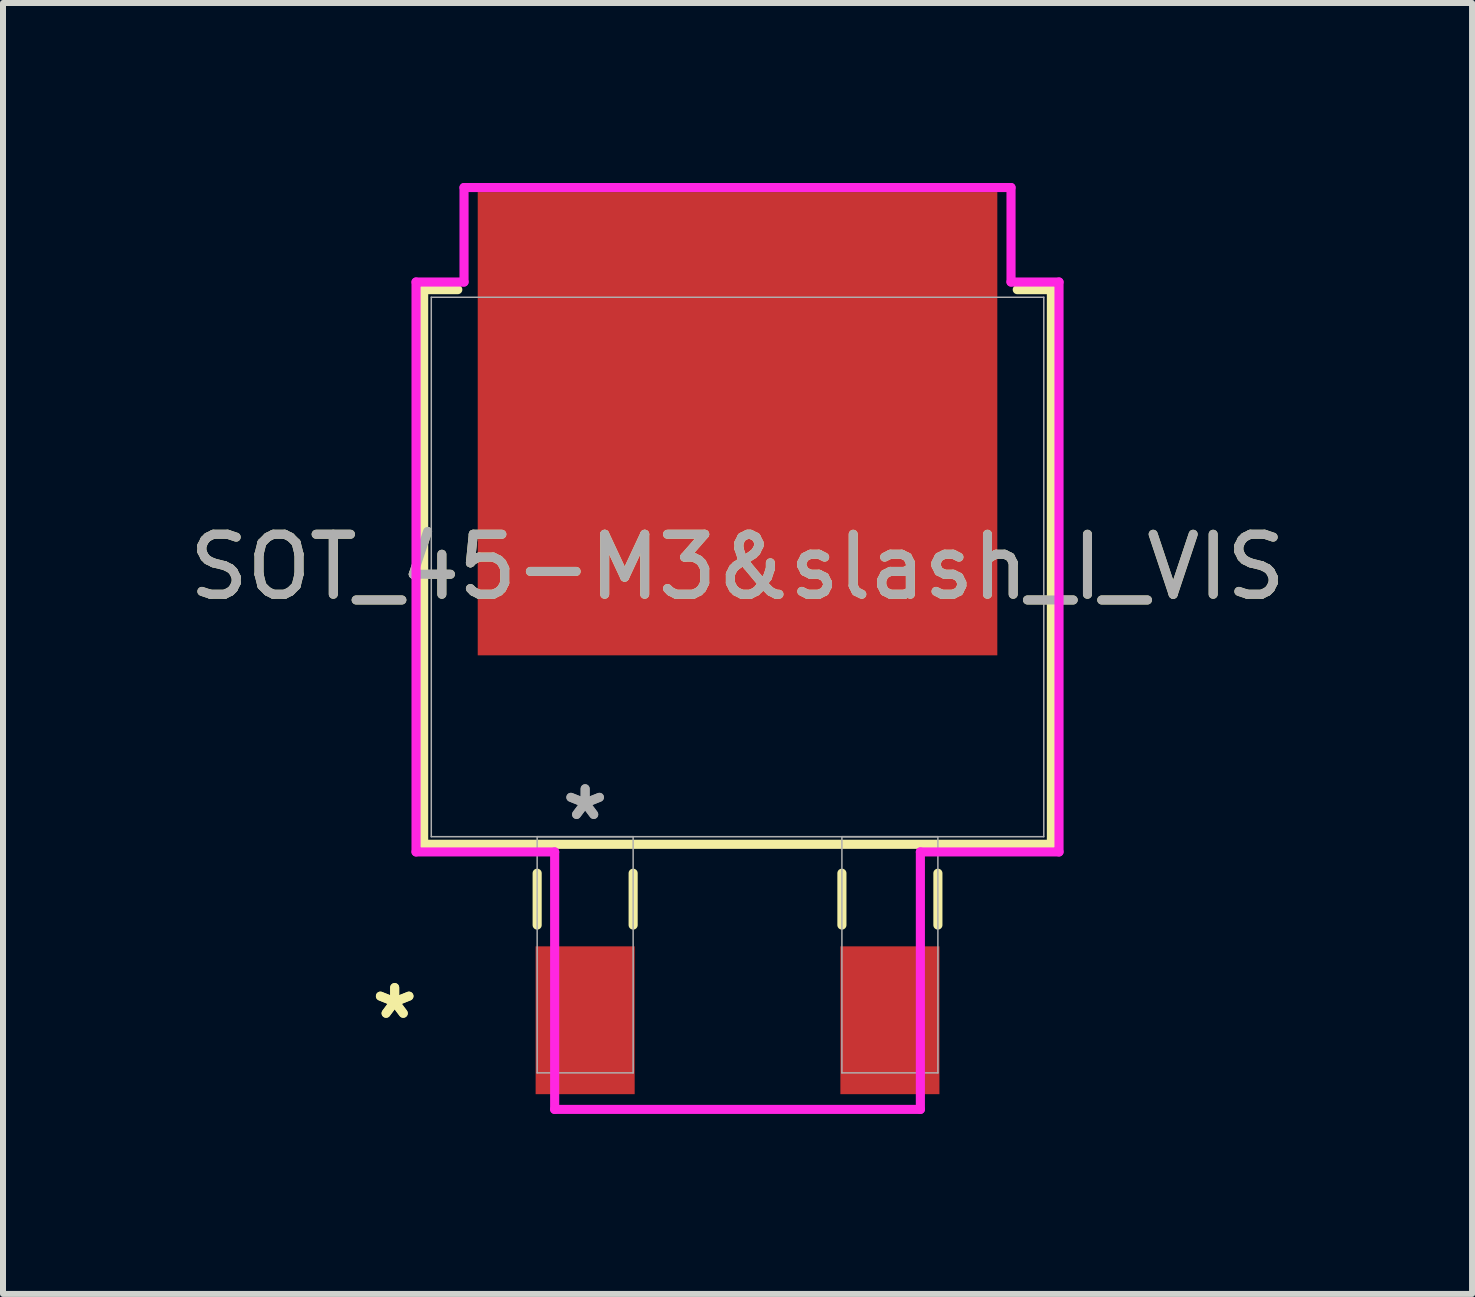
<source format=kicad_pcb>
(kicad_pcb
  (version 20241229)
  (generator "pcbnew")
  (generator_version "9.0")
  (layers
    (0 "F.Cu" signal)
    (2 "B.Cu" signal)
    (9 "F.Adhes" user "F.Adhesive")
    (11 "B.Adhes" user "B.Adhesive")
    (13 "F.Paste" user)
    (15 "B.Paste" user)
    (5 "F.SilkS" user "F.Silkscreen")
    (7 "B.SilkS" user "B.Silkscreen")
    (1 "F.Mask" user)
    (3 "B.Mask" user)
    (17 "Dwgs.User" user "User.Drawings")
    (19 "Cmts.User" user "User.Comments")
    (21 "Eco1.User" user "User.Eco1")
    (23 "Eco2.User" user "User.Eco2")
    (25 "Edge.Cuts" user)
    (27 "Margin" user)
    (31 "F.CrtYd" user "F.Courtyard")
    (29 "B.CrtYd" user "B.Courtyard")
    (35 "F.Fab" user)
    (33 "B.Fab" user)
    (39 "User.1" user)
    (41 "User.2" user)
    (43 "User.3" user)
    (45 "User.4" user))
  (footprint "SOT_45-M3&slash_I_VIS"
    (layer "F.Cu")
    (at 9.244 6.401)
    (property "Reference" "SOT_45-M3&slash_I_VIS" (at 0 0 0) (unlocked yes) (layer "F.SilkS") (effects (font (size 1 1) (thickness 0.15))))
    (attr smd)
    (fp_line (start -5.232 -4.623) (end -5.232 4.623) (stroke (width 0.152) (type solid)) (layer "F.SilkS"))
    (fp_line (start -5.232 4.623) (end 5.232 4.623) (stroke (width 0.152) (type solid)) (layer "F.SilkS"))
    (fp_line (start -4.663 -4.623) (end -5.232 -4.623) (stroke (width 0.152) (type solid)) (layer "F.SilkS"))
    (fp_line (start -3.34 5.105) (end -3.34 5.969) (stroke (width 0.152) (type solid)) (layer "F.SilkS"))
    (fp_line (start -1.74 5.105) (end -1.74 5.969) (stroke (width 0.152) (type solid)) (layer "F.SilkS"))
    (fp_line (start 1.74 5.105) (end 1.74 5.969) (stroke (width 0.152) (type solid)) (layer "F.SilkS"))
    (fp_line (start 3.34 5.105) (end 3.34 5.969) (stroke (width 0.152) (type solid)) (layer "F.SilkS"))
    (fp_line (start 5.232 -4.623) (end 4.663 -4.623) (stroke (width 0.152) (type solid)) (layer "F.SilkS"))
    (fp_line (start 5.232 4.623) (end 5.232 -4.623) (stroke (width 0.152) (type solid)) (layer "F.SilkS"))
    (fp_line (start -5.359 -4.75) (end -4.559 -4.75) (stroke (width 0.152) (type solid)) (layer "F.CrtYd"))
    (fp_line (start -5.359 4.75) (end -5.359 -4.75) (stroke (width 0.152) (type solid)) (layer "F.CrtYd"))
    (fp_line (start -4.559 -6.325) (end 4.559 -6.325) (stroke (width 0.152) (type solid)) (layer "F.CrtYd"))
    (fp_line (start -4.559 -4.75) (end -4.559 -6.325) (stroke (width 0.152) (type solid)) (layer "F.CrtYd"))
    (fp_line (start -3.048 4.75) (end -5.359 4.75) (stroke (width 0.152) (type solid)) (layer "F.CrtYd"))
    (fp_line (start -3.048 9.042) (end -3.048 4.75) (stroke (width 0.152) (type solid)) (layer "F.CrtYd"))
    (fp_line (start 3.048 4.75) (end 3.048 9.042) (stroke (width 0.152) (type solid)) (layer "F.CrtYd"))
    (fp_line (start 3.048 9.042) (end -3.048 9.042) (stroke (width 0.152) (type solid)) (layer "F.CrtYd"))
    (fp_line (start 4.559 -6.325) (end 4.559 -4.75) (stroke (width 0.152) (type solid)) (layer "F.CrtYd"))
    (fp_line (start 4.559 -4.75) (end 5.359 -4.75) (stroke (width 0.152) (type solid)) (layer "F.CrtYd"))
    (fp_line (start 5.359 -4.75) (end 5.359 4.75) (stroke (width 0.152) (type solid)) (layer "F.CrtYd"))
    (fp_line (start 5.359 4.75) (end 3.048 4.75) (stroke (width 0.152) (type solid)) (layer "F.CrtYd"))
    (fp_line (start -5.105 -4.496) (end -5.105 4.496) (stroke (width 0.025) (type solid)) (layer "F.Fab"))
    (fp_line (start -5.105 4.496) (end 5.105 4.496) (stroke (width 0.025) (type solid)) (layer "F.Fab"))
    (fp_line (start -3.34 4.496) (end -3.34 8.433) (stroke (width 0.025) (type solid)) (layer "F.Fab"))
    (fp_line (start -3.34 8.433) (end -1.74 8.433) (stroke (width 0.025) (type solid)) (layer "F.Fab"))
    (fp_line (start -1.74 4.496) (end -3.34 4.496) (stroke (width 0.025) (type solid)) (layer "F.Fab"))
    (fp_line (start -1.74 8.433) (end -1.74 4.496) (stroke (width 0.025) (type solid)) (layer "F.Fab"))
    (fp_line (start 1.74 4.496) (end 1.74 8.433) (stroke (width 0.025) (type solid)) (layer "F.Fab"))
    (fp_line (start 1.74 8.433) (end 3.34 8.433) (stroke (width 0.025) (type solid)) (layer "F.Fab"))
    (fp_line (start 3.34 4.496) (end 1.74 4.496) (stroke (width 0.025) (type solid)) (layer "F.Fab"))
    (fp_line (start 3.34 8.433) (end 3.34 4.496) (stroke (width 0.025) (type solid)) (layer "F.Fab"))
    (fp_line (start 5.105 -4.496) (end -5.105 -4.496) (stroke (width 0.025) (type solid)) (layer "F.Fab"))
    (fp_line (start 5.105 4.496) (end 5.105 -4.496) (stroke (width 0.025) (type solid)) (layer "F.Fab"))
    (fp_text user "*" (at -5.715 7.556 0) (layer "F.SilkS") (effects (font (size 1 1) (thickness 0.15))))
    (fp_text user "*" (at -5.715 7.556 0) (unlocked yes) (layer "F.SilkS") (effects (font (size 1 1) (thickness 0.15))))
    (fp_text user "${REFERENCE}" (at 0 0 0) (unlocked yes) (layer "F.Fab") (effects (font (size 1 1) (thickness 0.15))))
    (fp_text user "*" (at -2.54 4.242 0) (layer "F.Fab") (effects (font (size 1 1) (thickness 0.15))))
    (fp_text user "*" (at -2.54 4.242 0) (unlocked yes) (layer "F.Fab") (effects (font (size 1 1) (thickness 0.15))))
    (pad "1" smd rect (at -2.54 7.556) (size 1.651 2.464) (layers "F.Cu" "F.Mask" "F.Paste"))
    (pad "2" smd rect (at 2.54 7.556) (size 1.651 2.464) (layers "F.Cu" "F.Mask" "F.Paste"))
    (pad "3" smd rect (at 0 -2.388) (size 8.661 7.722) (layers "F.Cu" "F.Mask" "F.Paste")))
  (gr_rect
    (start -3 -3)
    (end 21.488 18.519)
    (stroke (width 0.1) (type default))
    (fill no)
    (layer "Edge.Cuts")))
</source>
